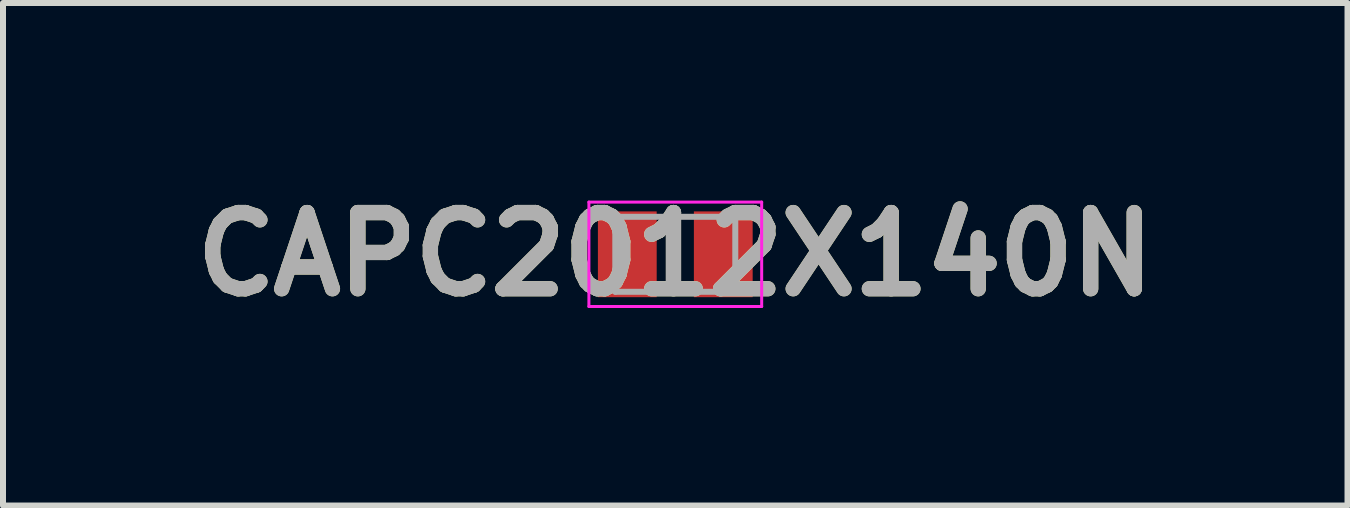
<source format=kicad_pcb>
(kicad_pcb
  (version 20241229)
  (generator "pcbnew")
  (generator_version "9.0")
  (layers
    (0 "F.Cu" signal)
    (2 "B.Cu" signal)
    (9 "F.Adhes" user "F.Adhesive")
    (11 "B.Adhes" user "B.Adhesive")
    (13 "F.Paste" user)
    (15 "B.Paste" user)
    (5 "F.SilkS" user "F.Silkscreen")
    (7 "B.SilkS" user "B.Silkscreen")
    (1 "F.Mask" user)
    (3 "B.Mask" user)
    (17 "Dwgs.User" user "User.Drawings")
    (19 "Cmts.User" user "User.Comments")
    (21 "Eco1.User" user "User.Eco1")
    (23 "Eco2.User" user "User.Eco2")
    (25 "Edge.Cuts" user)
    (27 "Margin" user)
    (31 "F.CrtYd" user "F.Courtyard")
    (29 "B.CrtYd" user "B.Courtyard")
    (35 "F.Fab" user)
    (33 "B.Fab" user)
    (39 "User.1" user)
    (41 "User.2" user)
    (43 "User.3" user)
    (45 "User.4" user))
  (footprint "CAPC2012X140N"
    (layer "F.Cu")
    (at 8.207 1.189)
    (property "Reference" "CAPC2012X140N" (at 0 0 0) (layer "F.SilkS") (effects (font (size 1.27 1.27) (thickness 0.254))))
    (attr smd)
    (fp_line (start -1.44 -0.87) (end 1.44 -0.87) (stroke (width 0.05) (type solid)) (layer "F.CrtYd"))
    (fp_line (start -1.44 0.87) (end -1.44 -0.87) (stroke (width 0.05) (type solid)) (layer "F.CrtYd"))
    (fp_line (start 1.44 -0.87) (end 1.44 0.87) (stroke (width 0.05) (type solid)) (layer "F.CrtYd"))
    (fp_line (start 1.44 0.87) (end -1.44 0.87) (stroke (width 0.05) (type solid)) (layer "F.CrtYd"))
    (fp_line (start -1 -0.625) (end 1 -0.625) (stroke (width 0.1) (type solid)) (layer "F.Fab"))
    (fp_line (start -1 0.625) (end -1 -0.625) (stroke (width 0.1) (type solid)) (layer "F.Fab"))
    (fp_line (start 1 -0.625) (end 1 0.625) (stroke (width 0.1) (type solid)) (layer "F.Fab"))
    (fp_line (start 1 0.625) (end -1 0.625) (stroke (width 0.1) (type solid)) (layer "F.Fab"))
    (fp_text user "${REFERENCE}" (at 0 0 0) (layer "F.Fab") (effects (font (size 1.27 1.27) (thickness 0.254))))
    (pad "1" smd rect (at -0.8 0) (size 0.98 1.43) (layers "F.Cu" "F.Mask" "F.Paste"))
    (pad "2" smd rect (at 0.8 0) (size 0.98 1.43) (layers "F.Cu" "F.Mask" "F.Paste")))
  (gr_rect
    (start -3 -3)
    (end 19.413 5.377)
    (stroke (width 0.1) (type default))
    (fill no)
    (layer "Edge.Cuts")))
</source>
